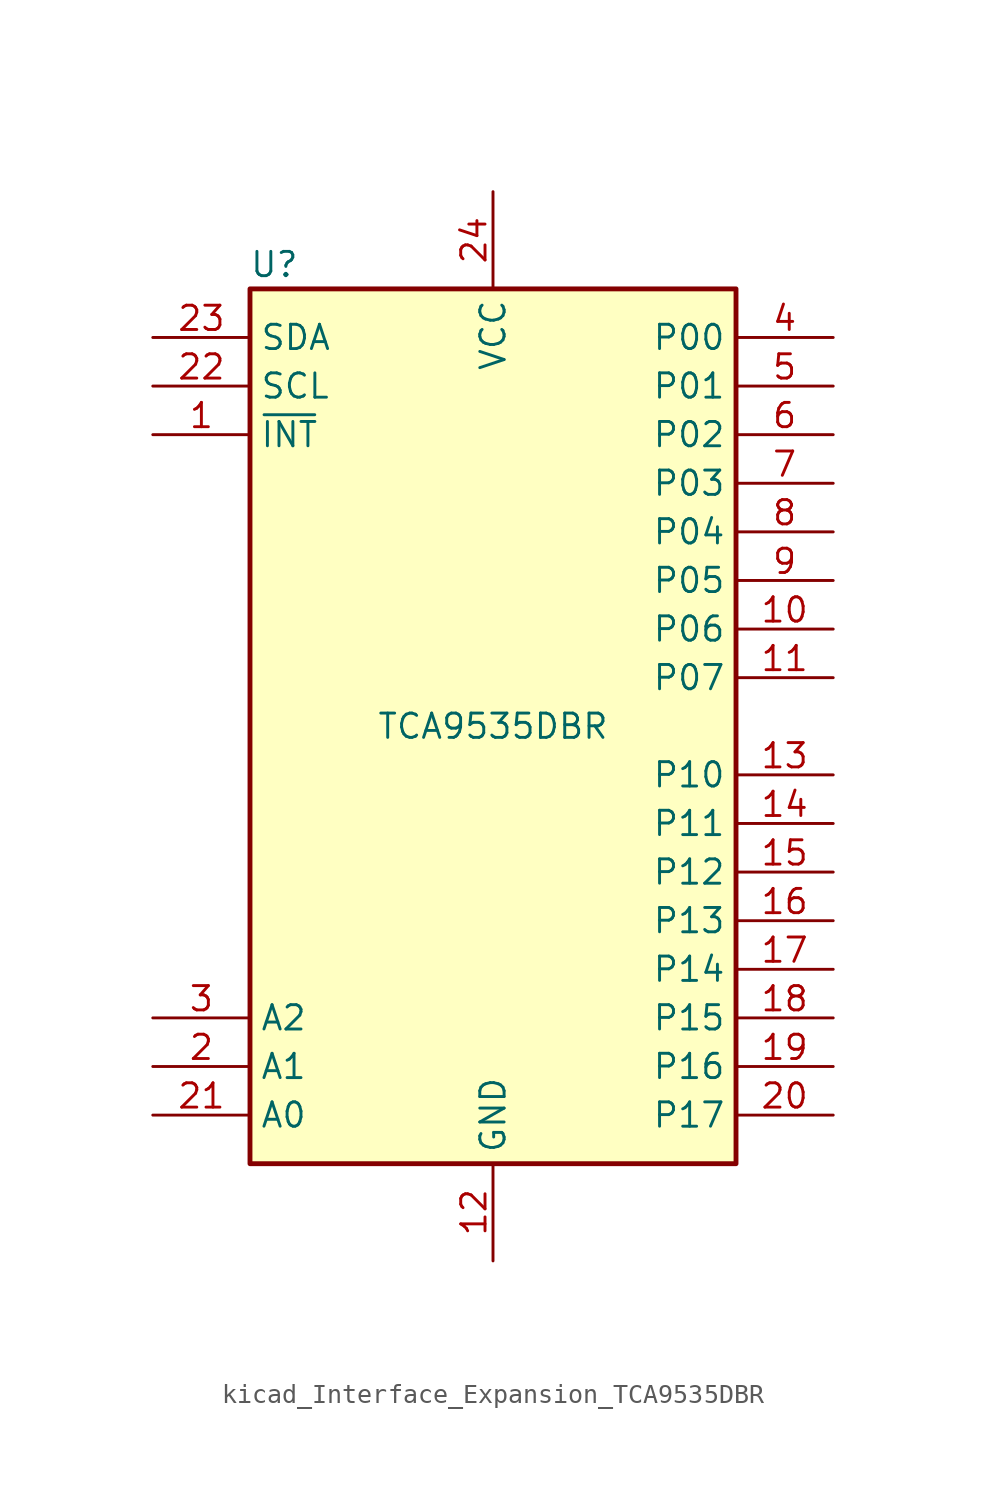
<source format=kicad_sym>
(kicad_symbol_lib
  (version 20220914)
  (generator kicad_symbol_editor)
  (symbol "kicad_Interface_Expansion_TCA9535DBR"
    (property "Reference" "U"
      (at -11.43 24.13 0)
      (effects (font (size 1.27 1.27))))
    (property "Value" "TCA9535DBR"
      (at 0 0 0)
      (effects (font (size 1.27 1.27))))
    (symbol "kicad_Interface_Expansion_TCA9535DBR_0_1"
      (rectangle (start -12.7 22.86) (end 12.7 -22.86) (stroke (width 0.254) (type default)) (fill (type background))))
    (symbol "kicad_Interface_Expansion_TCA9535DBR_1_1"
      (pin open_collector line (at -17.78 15.24 0) (length 5.08) (name "~{INT}" (effects (font (size 1.27 1.27)))) (number "1" (effects (font (size 1.27 1.27)))))
      (pin bidirectional line (at 17.78 5.08 180) (length 5.08) (name "P06" (effects (font (size 1.27 1.27)))) (number "10" (effects (font (size 1.27 1.27)))))
      (pin bidirectional line (at 17.78 2.54 180) (length 5.08) (name "P07" (effects (font (size 1.27 1.27)))) (number "11" (effects (font (size 1.27 1.27)))))
      (pin power_in line (at 0 -27.94 90) (length 5.08) (name "GND" (effects (font (size 1.27 1.27)))) (number "12" (effects (font (size 1.27 1.27)))))
      (pin bidirectional line (at 17.78 -2.54 180) (length 5.08) (name "P10" (effects (font (size 1.27 1.27)))) (number "13" (effects (font (size 1.27 1.27)))))
      (pin bidirectional line (at 17.78 -5.08 180) (length 5.08) (name "P11" (effects (font (size 1.27 1.27)))) (number "14" (effects (font (size 1.27 1.27)))))
      (pin bidirectional line (at 17.78 -7.62 180) (length 5.08) (name "P12" (effects (font (size 1.27 1.27)))) (number "15" (effects (font (size 1.27 1.27)))))
      (pin bidirectional line (at 17.78 -10.16 180) (length 5.08) (name "P13" (effects (font (size 1.27 1.27)))) (number "16" (effects (font (size 1.27 1.27)))))
      (pin bidirectional line (at 17.78 -12.7 180) (length 5.08) (name "P14" (effects (font (size 1.27 1.27)))) (number "17" (effects (font (size 1.27 1.27)))))
      (pin bidirectional line (at 17.78 -15.24 180) (length 5.08) (name "P15" (effects (font (size 1.27 1.27)))) (number "18" (effects (font (size 1.27 1.27)))))
      (pin bidirectional line (at 17.78 -17.78 180) (length 5.08) (name "P16" (effects (font (size 1.27 1.27)))) (number "19" (effects (font (size 1.27 1.27)))))
      (pin input line (at -17.78 -17.78 0) (length 5.08) (name "A1" (effects (font (size 1.27 1.27)))) (number "2" (effects (font (size 1.27 1.27)))))
      (pin bidirectional line (at 17.78 -20.32 180) (length 5.08) (name "P17" (effects (font (size 1.27 1.27)))) (number "20" (effects (font (size 1.27 1.27)))))
      (pin input line (at -17.78 -20.32 0) (length 5.08) (name "A0" (effects (font (size 1.27 1.27)))) (number "21" (effects (font (size 1.27 1.27)))))
      (pin input line (at -17.78 17.78 0) (length 5.08) (name "SCL" (effects (font (size 1.27 1.27)))) (number "22" (effects (font (size 1.27 1.27)))))
      (pin bidirectional line (at -17.78 20.32 0) (length 5.08) (name "SDA" (effects (font (size 1.27 1.27)))) (number "23" (effects (font (size 1.27 1.27)))))
      (pin power_in line (at 0 27.94 270) (length 5.08) (name "VCC" (effects (font (size 1.27 1.27)))) (number "24" (effects (font (size 1.27 1.27)))))
      (pin input line (at -17.78 -15.24 0) (length 5.08) (name "A2" (effects (font (size 1.27 1.27)))) (number "3" (effects (font (size 1.27 1.27)))))
      (pin bidirectional line (at 17.78 20.32 180) (length 5.08) (name "P00" (effects (font (size 1.27 1.27)))) (number "4" (effects (font (size 1.27 1.27)))))
      (pin bidirectional line (at 17.78 17.78 180) (length 5.08) (name "P01" (effects (font (size 1.27 1.27)))) (number "5" (effects (font (size 1.27 1.27)))))
      (pin bidirectional line (at 17.78 15.24 180) (length 5.08) (name "P02" (effects (font (size 1.27 1.27)))) (number "6" (effects (font (size 1.27 1.27)))))
      (pin bidirectional line (at 17.78 12.7 180) (length 5.08) (name "P03" (effects (font (size 1.27 1.27)))) (number "7" (effects (font (size 1.27 1.27)))))
      (pin bidirectional line (at 17.78 10.16 180) (length 5.08) (name "P04" (effects (font (size 1.27 1.27)))) (number "8" (effects (font (size 1.27 1.27)))))
      (pin bidirectional line (at 17.78 7.62 180) (length 5.08) (name "P05" (effects (font (size 1.27 1.27)))) (number "9" (effects (font (size 1.27 1.27))))))))
</source>
